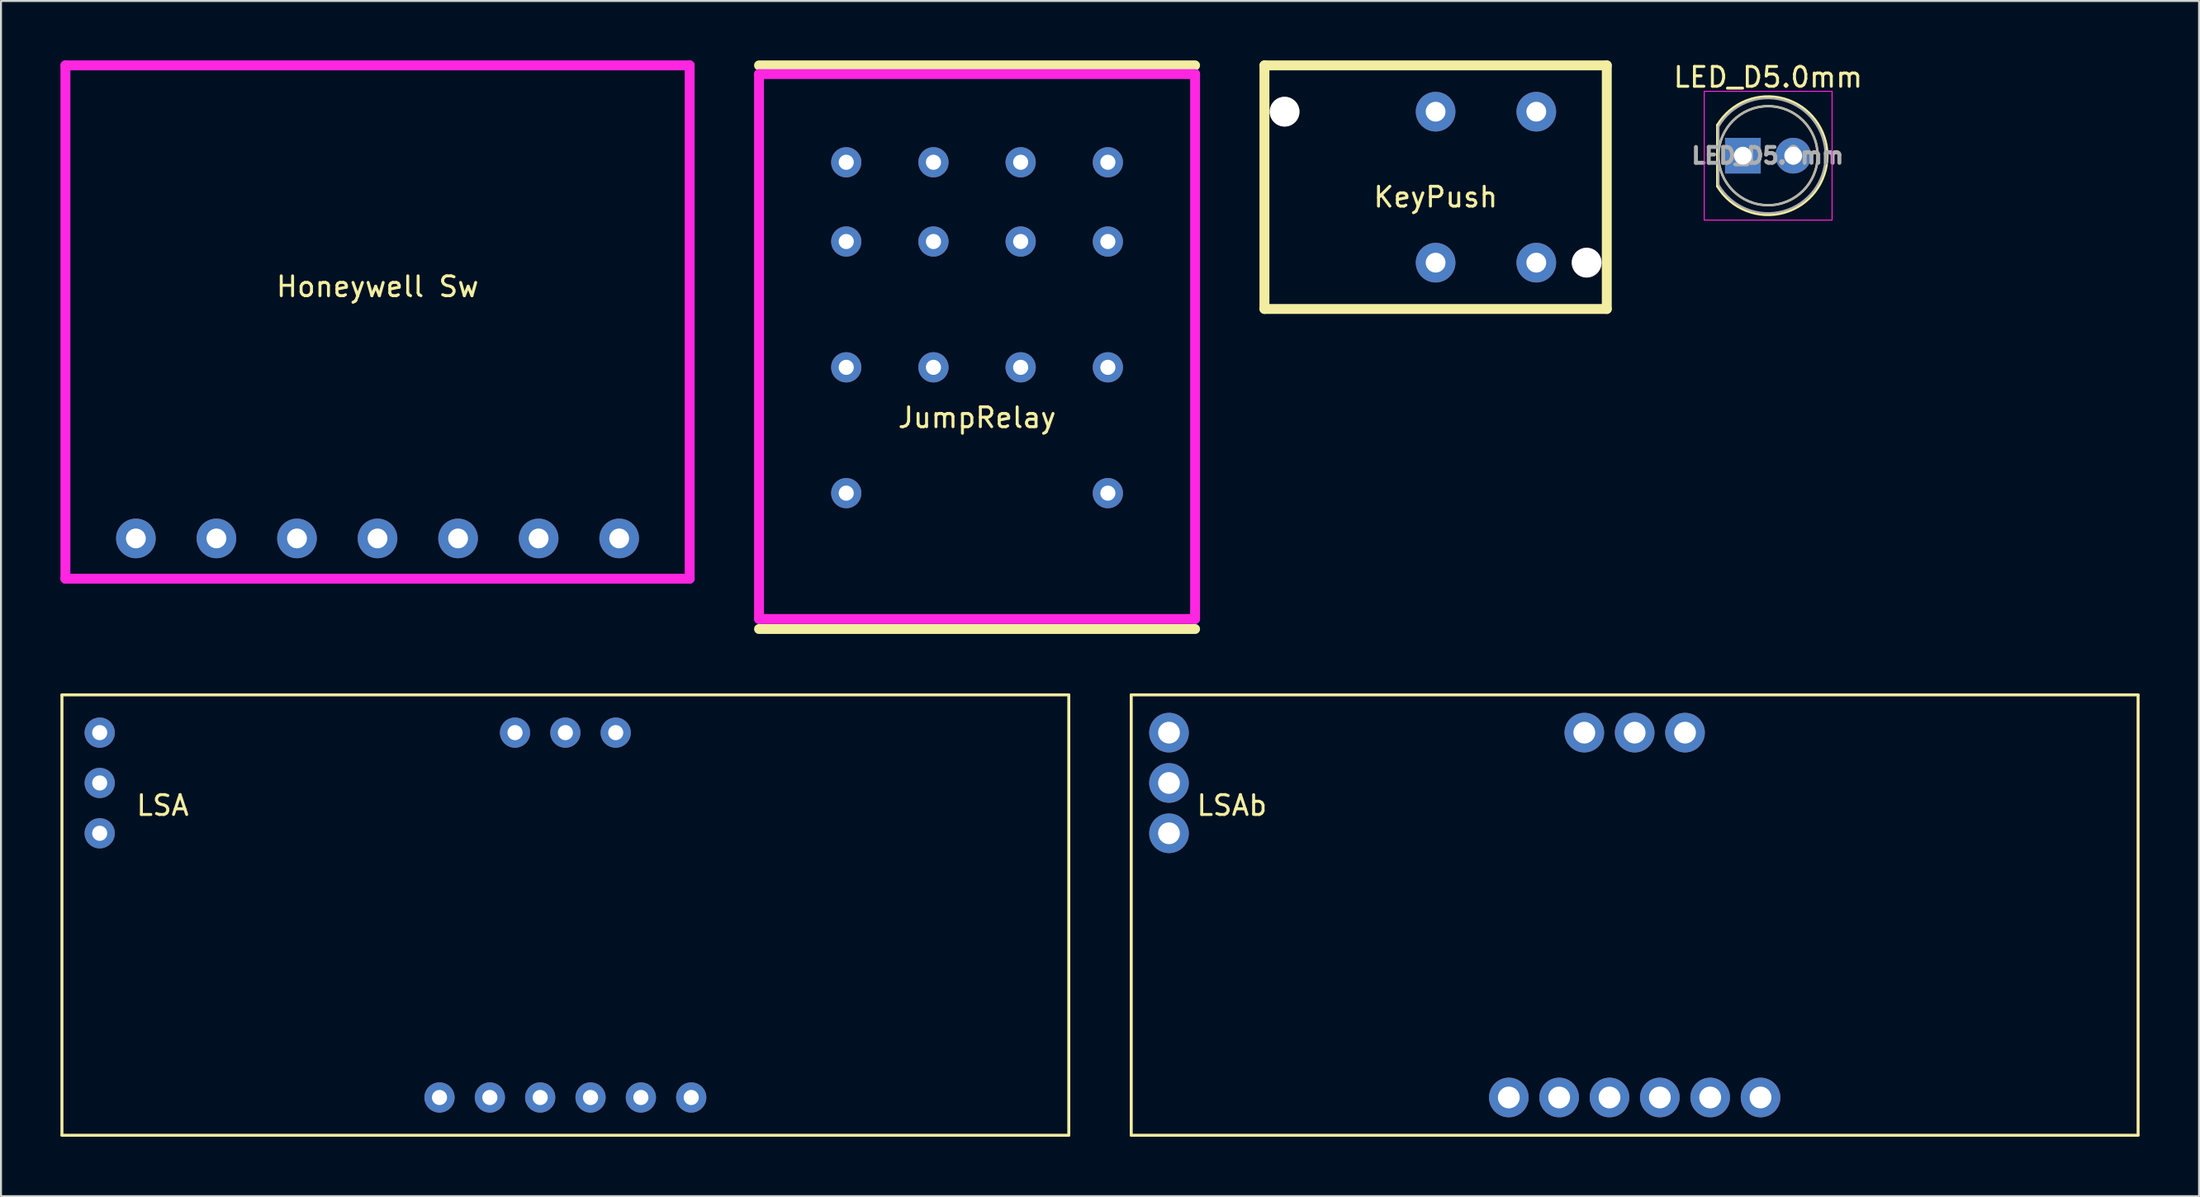
<source format=kicad_pcb>
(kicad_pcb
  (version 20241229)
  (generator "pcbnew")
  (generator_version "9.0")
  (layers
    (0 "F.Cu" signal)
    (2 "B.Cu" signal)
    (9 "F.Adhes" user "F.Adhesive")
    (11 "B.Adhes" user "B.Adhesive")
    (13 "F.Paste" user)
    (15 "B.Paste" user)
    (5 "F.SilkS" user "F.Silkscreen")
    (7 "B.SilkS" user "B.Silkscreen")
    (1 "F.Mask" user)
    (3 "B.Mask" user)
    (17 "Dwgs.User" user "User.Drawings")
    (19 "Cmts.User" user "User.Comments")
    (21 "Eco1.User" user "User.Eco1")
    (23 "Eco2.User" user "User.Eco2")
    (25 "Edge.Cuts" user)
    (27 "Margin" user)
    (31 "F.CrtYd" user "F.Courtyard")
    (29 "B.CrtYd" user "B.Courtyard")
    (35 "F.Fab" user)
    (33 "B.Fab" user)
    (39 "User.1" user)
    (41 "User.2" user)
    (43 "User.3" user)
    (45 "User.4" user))
  (footprint "JumpRelay"
    (layer "F.Cu")
    (at 46.246 15.49)
    (property "Reference" "JumpRelay" (at 0 2.54 0) (layer "F.SilkS") (effects (font (size 1 1) (thickness 0.15))))
    (attr through_hole)
    (fp_line (start -11 -15.24) (end 11 -15.24) (stroke (width 0.5) (type solid)) (layer "F.SilkS"))
    (fp_line (start 11 13.208) (end -11 13.208) (stroke (width 0.5) (type solid)) (layer "F.SilkS"))
    (fp_line (start -11 -14.8) (end 11 -14.8) (stroke (width 0.5) (type solid)) (layer "F.CrtYd"))
    (fp_line (start -11 12.7) (end -11 -14.8) (stroke (width 0.5) (type solid)) (layer "F.CrtYd"))
    (fp_line (start 11 -14.8) (end 11 12.7) (stroke (width 0.5) (type solid)) (layer "F.CrtYd"))
    (fp_line (start 11 12.7) (end -11 12.7) (stroke (width 0.5) (type solid)) (layer "F.CrtYd"))
    (pad "1" thru_hole circle (at -6.6 -10.35) (size 1.524 1.524) (drill 0.762) (layers "*.Cu" "*.Mask"))
    (pad "2" thru_hole circle (at -2.2 -10.35) (size 1.524 1.524) (drill 0.762) (layers "*.Cu" "*.Mask"))
    (pad "3" thru_hole circle (at 2.2 -10.35) (size 1.524 1.524) (drill 0.762) (layers "*.Cu" "*.Mask"))
    (pad "4" thru_hole circle (at 6.6 -10.35) (size 1.524 1.524) (drill 0.762) (layers "*.Cu" "*.Mask"))
    (pad "5" thru_hole circle (at -6.6 -6.35) (size 1.524 1.524) (drill 0.762) (layers "*.Cu" "*.Mask"))
    (pad "6" thru_hole circle (at -2.2 -6.35) (size 1.524 1.524) (drill 0.762) (layers "*.Cu" "*.Mask"))
    (pad "7" thru_hole circle (at 2.2 -6.35) (size 1.524 1.524) (drill 0.762) (layers "*.Cu" "*.Mask"))
    (pad "8" thru_hole circle (at 6.6 -6.35) (size 1.524 1.524) (drill 0.762) (layers "*.Cu" "*.Mask"))
    (pad "9" thru_hole circle (at -6.6 0) (size 1.524 1.524) (drill 0.762) (layers "*.Cu" "*.Mask"))
    (pad "10" thru_hole circle (at -2.2 0) (size 1.524 1.524) (drill 0.762) (layers "*.Cu" "*.Mask"))
    (pad "11" thru_hole circle (at 2.2 0) (size 1.524 1.524) (drill 0.762) (layers "*.Cu" "*.Mask"))
    (pad "12" thru_hole circle (at 6.6 0) (size 1.524 1.524) (drill 0.762) (layers "*.Cu" "*.Mask"))
    (pad "13" thru_hole circle (at -6.6 6.35) (size 1.524 1.524) (drill 0.762) (layers "*.Cu" "*.Mask"))
    (pad "14" thru_hole circle (at 6.6 6.35) (size 1.524 1.524) (drill 0.762) (layers "*.Cu" "*.Mask")))
  (footprint "LSAb"
    (layer "F.Cu")
    (at 59.105 37.103)
    (property "Reference" "LSAb" (at 0 0.5 0) (layer "F.SilkS") (effects (font (size 1 1) (thickness 0.15))))
    (attr through_hole)
    (fp_line (start -5.08 -5.08) (end 45.72 -5.08) (stroke (width 0.15) (type solid)) (layer "F.SilkS"))
    (fp_line (start -5.08 17.145) (end -5.08 -5.08) (stroke (width 0.15) (type solid)) (layer "F.SilkS"))
    (fp_line (start 45.72 -5.08) (end 45.72 17.145) (stroke (width 0.15) (type solid)) (layer "F.SilkS"))
    (fp_line (start 45.72 17.145) (end -5.08 17.145) (stroke (width 0.15) (type solid)) (layer "F.SilkS"))
    (pad "1" thru_hole circle (at 13.97 15.24) (size 2 2) (drill 1.1) (layers "*.Cu" "*.Mask"))
    (pad "2" thru_hole circle (at 16.51 15.24) (size 2 2) (drill 1.1) (layers "*.Cu" "*.Mask"))
    (pad "3" thru_hole circle (at 19.05 15.24) (size 2 2) (drill 1.1) (layers "*.Cu" "*.Mask"))
    (pad "4" thru_hole circle (at 21.59 15.24) (size 2 2) (drill 1.1) (layers "*.Cu" "*.Mask"))
    (pad "5" thru_hole circle (at 24.13 15.24) (size 2 2) (drill 1.1) (layers "*.Cu" "*.Mask"))
    (pad "6" thru_hole circle (at 26.67 15.24) (size 2 2) (drill 1.1) (layers "*.Cu" "*.Mask"))
    (pad "11" thru_hole circle (at 17.78 -3.175) (size 2 2) (drill 1.1) (layers "*.Cu" "*.Mask"))
    (pad "12" thru_hole circle (at 20.32 -3.175) (size 2 2) (drill 1.1) (layers "*.Cu" "*.Mask"))
    (pad "13" thru_hole circle (at 22.86 -3.175) (size 2 2) (drill 1.1) (layers "*.Cu" "*.Mask"))
    (pad "21" thru_hole circle (at -3.175 -3.175) (size 2 2) (drill 1.1) (layers "*.Cu" "*.Mask"))
    (pad "22" thru_hole circle (at -3.175 -0.635) (size 2 2) (drill 1.1) (layers "*.Cu" "*.Mask"))
    (pad "23" thru_hole circle (at -3.175 1.905) (size 2 2) (drill 1.1) (layers "*.Cu" "*.Mask")))
  (footprint "KeyPush"
    (layer "F.Cu")
    (at 69.382 6.397)
    (property "Reference" "KeyPush" (at 0 0.5 0) (layer "F.SilkS") (effects (font (size 1 1) (thickness 0.15))))
    (attr through_hole)
    (fp_line (start -8.636 -6.147) (end 8.636 -6.147) (stroke (width 0.5) (type solid)) (layer "F.SilkS"))
    (fp_line (start -8.636 6.147) (end -8.636 -6.147) (stroke (width 0.5) (type solid)) (layer "F.SilkS"))
    (fp_line (start 8.636 -6.147) (end 8.636 6.147) (stroke (width 0.5) (type solid)) (layer "F.SilkS"))
    (fp_line (start 8.636 6.147) (end -8.636 6.147) (stroke (width 0.5) (type solid)) (layer "F.SilkS"))
    (pad "" thru_hole circle (at -7.62 -3.81) (size 1.5 1.5) (drill 1.5) (layers "*.Cu" "*.Mask"))
    (pad "" thru_hole circle (at 7.62 3.81) (size 1.5 1.5) (drill 1.5) (layers "*.Cu" "*.Mask"))
    (pad "1" thru_hole circle (at 5.08 -3.81) (size 2 2) (drill 1) (layers "*.Cu" "*.Mask"))
    (pad "2" thru_hole circle (at 0 -3.81) (size 2 2) (drill 1) (layers "*.Cu" "*.Mask"))
    (pad "2" thru_hole circle (at 0 3.81) (size 2 2) (drill 1) (layers "*.Cu" "*.Mask"))
    (pad "3" thru_hole circle (at 5.08 3.81) (size 2 2) (drill 1) (layers "*.Cu" "*.Mask")))
  (footprint "Honeywell Sw"
    (layer "F.Cu")
    (at 15.998 10.918)
    (property "Reference" "Honeywell Sw" (at 0 0.5 0) (layer "F.SilkS") (effects (font (size 1 1) (thickness 0.15))))
    (attr through_hole)
    (fp_line (start -15.24 -10.16) (end 15.24 -10.16) (stroke (width 0.5) (type solid)) (layer "Eco1.User"))
    (fp_line (start -15.24 10.16) (end -15.24 -10.16) (stroke (width 0.5) (type solid)) (layer "Eco1.User"))
    (fp_line (start 15.24 -10.16) (end 15.24 10.16) (stroke (width 0.5) (type solid)) (layer "Eco1.User"))
    (fp_line (start 15.24 10.16) (end -15.24 10.16) (stroke (width 0.5) (type solid)) (layer "Eco1.User"))
    (fp_line (start -15.748 -10.668) (end 15.748 -10.668) (stroke (width 0.5) (type solid)) (layer "F.CrtYd"))
    (fp_line (start -15.748 15.24) (end -15.748 -10.668) (stroke (width 0.5) (type solid)) (layer "F.CrtYd"))
    (fp_line (start 15.748 -10.668) (end 15.748 15.24) (stroke (width 0.5) (type solid)) (layer "F.CrtYd"))
    (fp_line (start 15.748 15.24) (end -15.748 15.24) (stroke (width 0.5) (type solid)) (layer "F.CrtYd"))
    (pad "1" thru_hole circle (at -12.192 13.208) (size 2 2) (drill 1) (layers "*.Cu" "*.Mask"))
    (pad "2" thru_hole circle (at -8.128 13.208) (size 2 2) (drill 1) (layers "*.Cu" "*.Mask"))
    (pad "3" thru_hole circle (at -4.064 13.208) (size 2 2) (drill 1) (layers "*.Cu" "*.Mask"))
    (pad "4" thru_hole circle (at 0 13.208) (size 2 2) (drill 1) (layers "*.Cu" "*.Mask"))
    (pad "5" thru_hole circle (at 4.064 13.208) (size 2 2) (drill 1) (layers "*.Cu" "*.Mask"))
    (pad "6" thru_hole circle (at 8.128 13.208) (size 2 2) (drill 1) (layers "*.Cu" "*.Mask"))
    (pad "7" thru_hole circle (at 12.192 13.208) (size 2 2) (drill 1) (layers "*.Cu" "*.Mask")))
  (footprint "LSA"
    (layer "F.Cu")
    (at 5.155 37.103)
    (property "Reference" "LSA" (at 0 0.5 0) (layer "F.SilkS") (effects (font (size 1 1) (thickness 0.15))))
    (attr through_hole)
    (fp_line (start -5.08 -5.08) (end 45.72 -5.08) (stroke (width 0.15) (type solid)) (layer "F.SilkS"))
    (fp_line (start -5.08 17.145) (end -5.08 -5.08) (stroke (width 0.15) (type solid)) (layer "F.SilkS"))
    (fp_line (start 45.72 -5.08) (end 45.72 17.145) (stroke (width 0.15) (type solid)) (layer "F.SilkS"))
    (fp_line (start 45.72 17.145) (end -5.08 17.145) (stroke (width 0.15) (type solid)) (layer "F.SilkS"))
    (pad "1" thru_hole circle (at 13.97 15.24) (size 1.524 1.524) (drill 0.762) (layers "*.Cu" "*.Mask"))
    (pad "2" thru_hole circle (at 16.51 15.24) (size 1.524 1.524) (drill 0.762) (layers "*.Cu" "*.Mask"))
    (pad "3" thru_hole circle (at 19.05 15.24) (size 1.524 1.524) (drill 0.762) (layers "*.Cu" "*.Mask"))
    (pad "4" thru_hole circle (at 21.59 15.24) (size 1.524 1.524) (drill 0.762) (layers "*.Cu" "*.Mask"))
    (pad "5" thru_hole circle (at 24.13 15.24) (size 1.524 1.524) (drill 0.762) (layers "*.Cu" "*.Mask"))
    (pad "6" thru_hole circle (at 26.67 15.24) (size 1.524 1.524) (drill 0.762) (layers "*.Cu" "*.Mask"))
    (pad "11" thru_hole circle (at 17.78 -3.175) (size 1.524 1.524) (drill 0.762) (layers "*.Cu" "*.Mask"))
    (pad "12" thru_hole circle (at 20.32 -3.175) (size 1.524 1.524) (drill 0.762) (layers "*.Cu" "*.Mask"))
    (pad "13" thru_hole circle (at 22.86 -3.175) (size 1.524 1.524) (drill 0.762) (layers "*.Cu" "*.Mask"))
    (pad "21" thru_hole circle (at -3.175 -3.175) (size 1.524 1.524) (drill 0.762) (layers "*.Cu" "*.Mask"))
    (pad "22" thru_hole circle (at -3.175 -0.635) (size 1.524 1.524) (drill 0.762) (layers "*.Cu" "*.Mask"))
    (pad "23" thru_hole circle (at -3.175 1.905) (size 1.524 1.524) (drill 0.762) (layers "*.Cu" "*.Mask")))
  (footprint "LED_D5.0mm"
    (layer "F.Cu")
    (at 84.885 4.808)
    (property "Reference" "LED_D5.0mm" (at 1.27 -3.96 0) (layer "F.SilkS") (effects (font (size 1 1) (thickness 0.15))))
    (attr through_hole)
    (fp_line (start -1.29 -1.545) (end -1.29 1.545) (stroke (width 0.12) (type solid)) (layer "F.SilkS"))
    (fp_arc (start -1.29 -1.54483) (mid 2.072002 -2.880433) (end 4.26 0.000462) (stroke (width 0.12) (type solid)) (layer "F.SilkS"))
    (fp_arc (start 4.26 -0.000462) (mid 2.072002 2.880433) (end -1.29 1.54483) (stroke (width 0.12) (type solid)) (layer "F.SilkS"))
    (fp_circle (center 1.27 0) (end 3.77 0) (stroke (width 0.12) (type solid)) (fill no) (layer "F.SilkS"))
    (fp_line (start -1.95 -3.25) (end -1.95 3.25) (stroke (width 0.05) (type solid)) (layer "F.CrtYd"))
    (fp_line (start -1.95 3.25) (end 4.5 3.25) (stroke (width 0.05) (type solid)) (layer "F.CrtYd"))
    (fp_line (start 4.5 -3.25) (end -1.95 -3.25) (stroke (width 0.05) (type solid)) (layer "F.CrtYd"))
    (fp_line (start 4.5 3.25) (end 4.5 -3.25) (stroke (width 0.05) (type solid)) (layer "F.CrtYd"))
    (fp_line (start -1.23 -1.47) (end -1.23 1.47) (stroke (width 0.1) (type solid)) (layer "F.Fab"))
    (fp_arc (start -1.23 -1.469694) (mid 4.17 0.000016) (end -1.230016 1.469666) (stroke (width 0.1) (type solid)) (layer "F.Fab"))
    (fp_circle (center 1.27 0) (end 3.77 0) (stroke (width 0.1) (type solid)) (fill no) (layer "F.Fab"))
    (fp_text user "${REFERENCE}" (at 1.25 0 0) (layer "F.Fab") (effects (font (size 0.8 0.8) (thickness 0.2))))
    (pad "1" thru_hole rect (at 0 0) (size 1.8 1.8) (drill 0.9) (layers "*.Cu" "*.Mask"))
    (pad "2" thru_hole circle (at 2.54 0) (size 1.8 1.8) (drill 0.9) (layers "*.Cu" "*.Mask")))
  (gr_rect
    (start -3 -3)
    (end 107.9 57.323)
    (stroke (width 0.1) (type default))
    (fill no)
    (layer "Edge.Cuts")))
</source>
